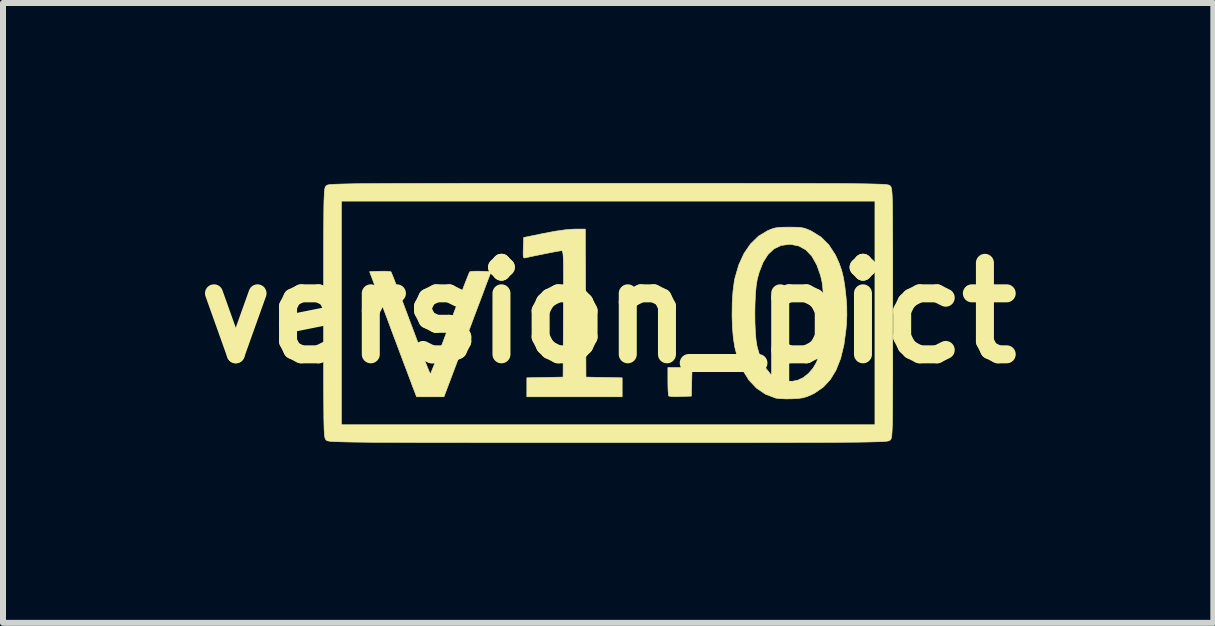
<source format=kicad_pcb>
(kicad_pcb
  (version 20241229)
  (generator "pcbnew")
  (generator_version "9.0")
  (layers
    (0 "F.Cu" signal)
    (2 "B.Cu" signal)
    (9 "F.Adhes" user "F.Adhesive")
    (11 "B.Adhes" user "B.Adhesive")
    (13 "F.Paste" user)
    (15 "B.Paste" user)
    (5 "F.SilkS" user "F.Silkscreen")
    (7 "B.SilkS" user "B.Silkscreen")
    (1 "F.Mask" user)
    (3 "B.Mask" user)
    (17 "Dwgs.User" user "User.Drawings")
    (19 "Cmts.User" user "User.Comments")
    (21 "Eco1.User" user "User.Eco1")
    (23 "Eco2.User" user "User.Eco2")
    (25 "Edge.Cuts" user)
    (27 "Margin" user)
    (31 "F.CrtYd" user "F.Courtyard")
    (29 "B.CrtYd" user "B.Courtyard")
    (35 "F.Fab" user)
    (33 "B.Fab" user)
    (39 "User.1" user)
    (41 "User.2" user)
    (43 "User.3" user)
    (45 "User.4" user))
  (footprint "version_pict"
    (layer "F.Cu")
    (at 7.083 2.164)
    (property "Reference" "version_pict" (at 0 0 0) (layer "F.SilkS") (effects (font (size 1.524 1.524) (thickness 0.3))))
    (attr through_hole)
    (fp_poly (pts (xy 1.392 1.148) (xy 1.386 1.386) (xy 1.205 1.392) (xy 1.122 1.394) (xy 1.055 1.391) (xy 1.015 1.386) (xy 1.01 1.384) (xy 1.004 1.358) (xy 0.999 1.299) (xy 0.996 1.216) (xy 0.995 1.139) (xy 0.995 0.91) (xy 1.398 0.91) (xy 1.392 1.148)) (stroke (width 0.01) (type solid)) (fill yes) (layer "F.SilkS"))
    (fp_poly (pts (xy -0.37 1.069) (xy 0.233 1.081) (xy 0.233 1.397) (xy -1.355 1.397) (xy -1.355 1.081) (xy -0.751 1.069) (xy -0.746 0.016) (xy -0.745 -0.223) (xy -0.744 -0.422) (xy -0.744 -0.586) (xy -0.744 -0.718) (xy -0.745 -0.822) (xy -0.747 -0.9) (xy -0.75 -0.957) (xy -0.754 -0.996) (xy -0.759 -1.02) (xy -0.766 -1.032) (xy -0.773 -1.037) (xy -0.778 -1.037) (xy -0.81 -1.033) (xy -0.874 -1.022) (xy -0.962 -1.005) (xy -1.064 -0.985) (xy -1.171 -0.963) (xy -1.274 -0.942) (xy -1.363 -0.922) (xy -1.371 -0.92) (xy -1.395 -0.916) (xy -1.409 -0.924) (xy -1.415 -0.95) (xy -1.416 -1.004) (xy -1.414 -1.083) (xy -1.408 -1.257) (xy -1.069 -1.326) (xy -0.874 -1.363) (xy -0.708 -1.386) (xy -0.576 -1.396) (xy -0.556 -1.397) (xy -0.381 -1.397) (xy -0.37 1.069)) (stroke (width 0.01) (type solid)) (fill yes) (layer "F.SilkS"))
    (fp_poly (pts (xy -3.659 -0.692) (xy -3.622 -0.686) (xy -3.618 -0.684) (xy -3.608 -0.661) (xy -3.584 -0.602) (xy -3.549 -0.513) (xy -3.504 -0.396) (xy -3.451 -0.256) (xy -3.392 -0.098) (xy -3.327 0.075) (xy -3.29 0.175) (xy -3.223 0.353) (xy -3.161 0.519) (xy -3.104 0.667) (xy -3.055 0.795) (xy -3.015 0.897) (xy -2.985 0.97) (xy -2.967 1.01) (xy -2.963 1.016) (xy -2.953 0.997) (xy -2.93 0.942) (xy -2.896 0.856) (xy -2.851 0.742) (xy -2.798 0.605) (xy -2.739 0.448) (xy -2.675 0.276) (xy -2.637 0.175) (xy -2.57 -0.005) (xy -2.507 -0.172) (xy -2.45 -0.322) (xy -2.401 -0.452) (xy -2.36 -0.557) (xy -2.33 -0.633) (xy -2.312 -0.676) (xy -2.308 -0.684) (xy -2.281 -0.691) (xy -2.223 -0.695) (xy -2.145 -0.695) (xy -2.122 -0.694) (xy -1.951 -0.688) (xy -2.035 -0.466) (xy -2.061 -0.396) (xy -2.099 -0.293) (xy -2.149 -0.162) (xy -2.207 -0.008) (xy -2.271 0.163) (xy -2.339 0.344) (xy -2.409 0.53) (xy -2.427 0.577) (xy -2.736 1.397) (xy -3.192 1.397) (xy -3.247 1.254) (xy -3.266 1.204) (xy -3.297 1.12) (xy -3.34 1.005) (xy -3.393 0.866) (xy -3.453 0.706) (xy -3.519 0.53) (xy -3.589 0.344) (xy -3.638 0.212) (xy -3.975 -0.688) (xy -3.805 -0.694) (xy -3.723 -0.695) (xy -3.659 -0.692)) (stroke (width 0.01) (type solid)) (fill yes) (layer "F.SilkS"))
    (fp_poly (pts (xy 3.122 -1.428) (xy 3.198 -1.424) (xy 3.257 -1.414) (xy 3.311 -1.397) (xy 3.373 -1.37) (xy 3.387 -1.363) (xy 3.544 -1.266) (xy 3.677 -1.134) (xy 3.784 -0.969) (xy 3.796 -0.945) (xy 3.849 -0.827) (xy 3.89 -0.71) (xy 3.921 -0.584) (xy 3.944 -0.437) (xy 3.963 -0.27) (xy 3.975 -0.108) (xy 3.977 0.037) (xy 3.97 0.187) (xy 3.963 0.27) (xy 3.928 0.532) (xy 3.873 0.759) (xy 3.798 0.95) (xy 3.702 1.109) (xy 3.584 1.236) (xy 3.443 1.334) (xy 3.394 1.359) (xy 3.315 1.393) (xy 3.244 1.414) (xy 3.164 1.425) (xy 3.062 1.431) (xy 2.964 1.432) (xy 2.874 1.428) (xy 2.805 1.421) (xy 2.789 1.418) (xy 2.621 1.354) (xy 2.473 1.254) (xy 2.345 1.119) (xy 2.24 0.95) (xy 2.157 0.749) (xy 2.111 0.577) (xy 2.086 0.419) (xy 2.07 0.233) (xy 2.064 0.032) (xy 2.065 0.004) (xy 2.444 0.004) (xy 2.446 0.172) (xy 2.453 0.328) (xy 2.465 0.464) (xy 2.482 0.564) (xy 2.537 0.751) (xy 2.612 0.902) (xy 2.704 1.018) (xy 2.813 1.096) (xy 2.936 1.137) (xy 3.074 1.138) (xy 3.161 1.12) (xy 3.249 1.079) (xy 3.338 1.008) (xy 3.415 0.919) (xy 3.469 0.826) (xy 3.507 0.731) (xy 3.536 0.64) (xy 3.557 0.545) (xy 3.572 0.438) (xy 3.581 0.311) (xy 3.585 0.157) (xy 3.586 -0.011) (xy 3.585 -0.166) (xy 3.583 -0.287) (xy 3.579 -0.381) (xy 3.572 -0.456) (xy 3.563 -0.52) (xy 3.549 -0.581) (xy 3.539 -0.623) (xy 3.475 -0.803) (xy 3.393 -0.946) (xy 3.295 -1.05) (xy 3.178 -1.115) (xy 3.045 -1.142) (xy 3.016 -1.143) (xy 2.881 -1.124) (xy 2.763 -1.068) (xy 2.663 -0.974) (xy 2.58 -0.842) (xy 2.514 -0.671) (xy 2.484 -0.561) (xy 2.467 -0.456) (xy 2.454 -0.32) (xy 2.447 -0.163) (xy 2.444 0.004) (xy 2.065 0.004) (xy 2.067 -0.17) (xy 2.08 -0.362) (xy 2.102 -0.53) (xy 2.111 -0.575) (xy 2.175 -0.798) (xy 2.263 -0.991) (xy 2.374 -1.152) (xy 2.506 -1.28) (xy 2.652 -1.368) (xy 2.715 -1.395) (xy 2.77 -1.413) (xy 2.83 -1.423) (xy 2.907 -1.428) (xy 3.014 -1.429) (xy 3.016 -1.429) (xy 3.122 -1.428)) (stroke (width 0.01) (type solid)) (fill yes) (layer "F.SilkS"))
    (fp_poly (pts (xy 0.523 -2.159) (xy 1.005 -2.159) (xy 1.448 -2.159) (xy 1.854 -2.159) (xy 2.225 -2.159) (xy 2.561 -2.158) (xy 2.865 -2.158) (xy 3.138 -2.158) (xy 3.382 -2.157) (xy 3.599 -2.156) (xy 3.79 -2.156) (xy 3.957 -2.155) (xy 4.101 -2.153) (xy 4.225 -2.152) (xy 4.33 -2.15) (xy 4.417 -2.148) (xy 4.489 -2.146) (xy 4.547 -2.144) (xy 4.592 -2.141) (xy 4.627 -2.139) (xy 4.652 -2.135) (xy 4.67 -2.132) (xy 4.682 -2.128) (xy 4.691 -2.124) (xy 4.696 -2.119) (xy 4.699 -2.117) (xy 4.706 -2.109) (xy 4.712 -2.099) (xy 4.718 -2.084) (xy 4.722 -2.062) (xy 4.726 -2.031) (xy 4.73 -1.986) (xy 4.733 -1.927) (xy 4.735 -1.851) (xy 4.737 -1.755) (xy 4.738 -1.636) (xy 4.739 -1.493) (xy 4.74 -1.322) (xy 4.741 -1.121) (xy 4.741 -0.887) (xy 4.741 -0.619) (xy 4.741 -0.313) (xy 4.741 0) (xy 4.741 0.342) (xy 4.741 0.645) (xy 4.741 0.91) (xy 4.741 1.14) (xy 4.74 1.338) (xy 4.739 1.507) (xy 4.738 1.648) (xy 4.737 1.764) (xy 4.735 1.859) (xy 4.732 1.933) (xy 4.729 1.991) (xy 4.726 2.034) (xy 4.722 2.065) (xy 4.717 2.086) (xy 4.712 2.1) (xy 4.705 2.11) (xy 4.699 2.117) (xy 4.694 2.121) (xy 4.687 2.126) (xy 4.677 2.13) (xy 4.662 2.134) (xy 4.641 2.137) (xy 4.612 2.14) (xy 4.572 2.143) (xy 4.522 2.145) (xy 4.458 2.147) (xy 4.379 2.149) (xy 4.283 2.151) (xy 4.17 2.153) (xy 4.036 2.154) (xy 3.882 2.155) (xy 3.704 2.156) (xy 3.501 2.157) (xy 3.271 2.157) (xy 3.014 2.158) (xy 2.727 2.158) (xy 2.408 2.159) (xy 2.056 2.159) (xy 1.67 2.159) (xy 1.246 2.159) (xy 0.785 2.159) (xy 0.284 2.159) (xy 0 2.159) (xy -0.523 2.159) (xy -1.005 2.159) (xy -1.448 2.159) (xy -1.854 2.159) (xy -2.225 2.159) (xy -2.561 2.158) (xy -2.865 2.158) (xy -3.138 2.158) (xy -3.382 2.157) (xy -3.599 2.156) (xy -3.79 2.156) (xy -3.957 2.155) (xy -4.101 2.153) (xy -4.225 2.152) (xy -4.33 2.15) (xy -4.417 2.148) (xy -4.489 2.146) (xy -4.547 2.144) (xy -4.592 2.141) (xy -4.627 2.139) (xy -4.652 2.135) (xy -4.67 2.132) (xy -4.682 2.128) (xy -4.691 2.124) (xy -4.696 2.119) (xy -4.699 2.117) (xy -4.706 2.109) (xy -4.712 2.099) (xy -4.718 2.084) (xy -4.722 2.062) (xy -4.726 2.031) (xy -4.73 1.986) (xy -4.733 1.927) (xy -4.735 1.851) (xy -4.737 1.755) (xy -4.738 1.636) (xy -4.739 1.493) (xy -4.74 1.322) (xy -4.741 1.121) (xy -4.741 0.887) (xy -4.741 0.619) (xy -4.741 0.313) (xy -4.741 0) (xy -4.741 -0.342) (xy -4.741 -0.645) (xy -4.741 -0.91) (xy -4.741 -1.14) (xy -4.74 -1.338) (xy -4.739 -1.507) (xy -4.738 -1.648) (xy -4.737 -1.764) (xy -4.735 -1.859) (xy -4.735 -1.863) (xy -4.445 -1.863) (xy -4.445 1.863) (xy 4.445 1.863) (xy 4.445 -1.863) (xy -4.445 -1.863) (xy -4.735 -1.863) (xy -4.732 -1.933) (xy -4.729 -1.991) (xy -4.726 -2.034) (xy -4.722 -2.065) (xy -4.717 -2.086) (xy -4.712 -2.1) (xy -4.705 -2.11) (xy -4.699 -2.117) (xy -4.694 -2.121) (xy -4.687 -2.126) (xy -4.677 -2.13) (xy -4.662 -2.134) (xy -4.641 -2.137) (xy -4.612 -2.14) (xy -4.572 -2.143) (xy -4.522 -2.145) (xy -4.458 -2.147) (xy -4.379 -2.149) (xy -4.283 -2.151) (xy -4.17 -2.153) (xy -4.036 -2.154) (xy -3.882 -2.155) (xy -3.704 -2.156) (xy -3.501 -2.157) (xy -3.271 -2.157) (xy -3.014 -2.158) (xy -2.727 -2.158) (xy -2.408 -2.159) (xy -2.056 -2.159) (xy -1.67 -2.159) (xy -1.246 -2.159) (xy -0.785 -2.159) (xy -0.284 -2.159) (xy 0 -2.159) (xy 0.523 -2.159)) (stroke (width 0.01) (type solid)) (fill yes) (layer "F.SilkS")))
  (gr_rect
    (start -3 -3)
    (end 17.166 7.328)
    (stroke (width 0.1) (type default))
    (fill no)
    (layer "Edge.Cuts")))
</source>
